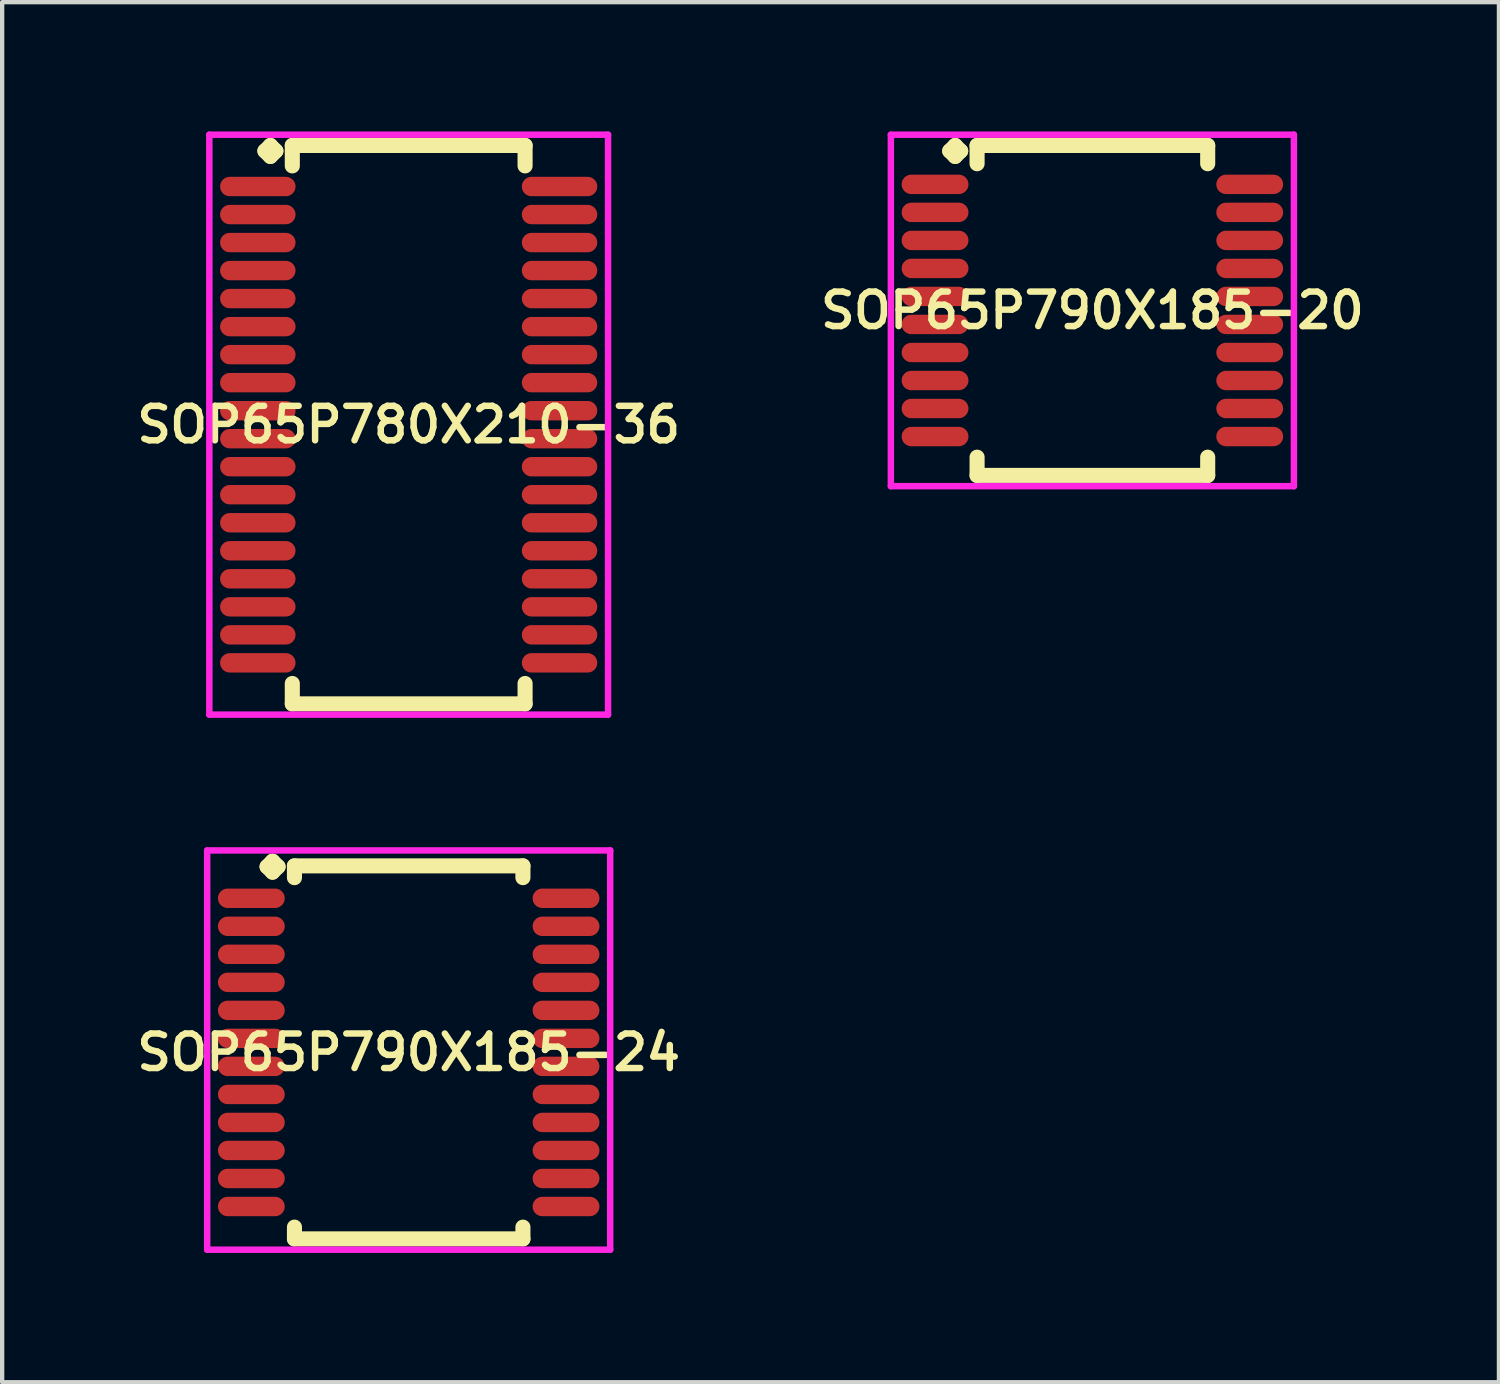
<source format=kicad_pcb>
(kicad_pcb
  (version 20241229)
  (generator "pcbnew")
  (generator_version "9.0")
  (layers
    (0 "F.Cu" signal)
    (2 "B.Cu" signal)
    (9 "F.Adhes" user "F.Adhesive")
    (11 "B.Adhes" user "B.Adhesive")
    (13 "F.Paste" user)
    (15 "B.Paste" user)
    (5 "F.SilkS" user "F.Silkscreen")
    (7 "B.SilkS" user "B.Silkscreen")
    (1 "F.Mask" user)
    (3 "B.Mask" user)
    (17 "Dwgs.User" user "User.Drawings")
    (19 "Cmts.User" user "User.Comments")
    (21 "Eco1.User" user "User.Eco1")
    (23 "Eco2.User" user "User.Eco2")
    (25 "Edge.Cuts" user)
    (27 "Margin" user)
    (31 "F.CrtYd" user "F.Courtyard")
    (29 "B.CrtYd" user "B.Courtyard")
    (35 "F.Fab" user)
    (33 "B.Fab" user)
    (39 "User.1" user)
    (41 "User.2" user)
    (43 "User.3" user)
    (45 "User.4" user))
  (footprint "SOP65P790X185-24"
    (layer "F.Cu")
    (at 6.431 21.364)
    (property "Reference" "SOP65P790X185-24" (at 0 0 0) (layer "F.SilkS") (effects (font (size 0.8 0.8) (thickness 0.15))))
    (attr smd)
    (fp_line (start -3.285 -4.308) (end -3.158 -4.435) (stroke (width 0.35) (type solid)) (layer "F.SilkS"))
    (fp_line (start -3.158 -4.435) (end -3.031 -4.308) (stroke (width 0.35) (type solid)) (layer "F.SilkS"))
    (fp_line (start -3.158 -4.181) (end -3.285 -4.308) (stroke (width 0.35) (type solid)) (layer "F.SilkS"))
    (fp_line (start -3.031 -4.308) (end -3.158 -4.181) (stroke (width 0.35) (type solid)) (layer "F.SilkS"))
    (fp_line (start -2.65 -4.327) (end 2.65 -4.327) (stroke (width 0.35) (type solid)) (layer "F.SilkS"))
    (fp_line (start -2.65 -4.054) (end -2.65 -4.327) (stroke (width 0.35) (type solid)) (layer "F.SilkS"))
    (fp_line (start -2.65 4.054) (end -2.65 4.327) (stroke (width 0.35) (type solid)) (layer "F.SilkS"))
    (fp_line (start -2.65 4.327) (end 2.65 4.327) (stroke (width 0.35) (type solid)) (layer "F.SilkS"))
    (fp_line (start 2.65 -4.327) (end 2.65 -4.054) (stroke (width 0.35) (type solid)) (layer "F.SilkS"))
    (fp_line (start 2.65 4.327) (end 2.65 4.054) (stroke (width 0.35) (type solid)) (layer "F.SilkS"))
    (fp_line (start -4.675 -4.685) (end 4.675 -4.685) (stroke (width 0.15) (type solid)) (layer "F.CrtYd"))
    (fp_line (start -4.675 4.577) (end -4.675 -4.685) (stroke (width 0.15) (type solid)) (layer "F.CrtYd"))
    (fp_line (start 4.675 -4.685) (end 4.675 4.577) (stroke (width 0.15) (type solid)) (layer "F.CrtYd"))
    (fp_line (start 4.675 4.577) (end -4.675 4.577) (stroke (width 0.15) (type solid)) (layer "F.CrtYd"))
    (pad "1" smd oval (at -3.65 -3.575) (size 1.55 0.45) (layers "F.Cu" "F.Mask" "F.Paste"))
    (pad "2" smd oval (at -3.65 -2.925) (size 1.55 0.45) (layers "F.Cu" "F.Mask" "F.Paste"))
    (pad "3" smd oval (at -3.65 -2.275) (size 1.55 0.45) (layers "F.Cu" "F.Mask" "F.Paste"))
    (pad "4" smd oval (at -3.65 -1.625) (size 1.55 0.45) (layers "F.Cu" "F.Mask" "F.Paste"))
    (pad "5" smd oval (at -3.65 -0.975) (size 1.55 0.45) (layers "F.Cu" "F.Mask" "F.Paste"))
    (pad "6" smd oval (at -3.65 -0.325) (size 1.55 0.45) (layers "F.Cu" "F.Mask" "F.Paste"))
    (pad "7" smd oval (at -3.65 0.325) (size 1.55 0.45) (layers "F.Cu" "F.Mask" "F.Paste"))
    (pad "8" smd oval (at -3.65 0.975) (size 1.55 0.45) (layers "F.Cu" "F.Mask" "F.Paste"))
    (pad "9" smd oval (at -3.65 1.625) (size 1.55 0.45) (layers "F.Cu" "F.Mask" "F.Paste"))
    (pad "10" smd oval (at -3.65 2.275) (size 1.55 0.45) (layers "F.Cu" "F.Mask" "F.Paste"))
    (pad "11" smd oval (at -3.65 2.925) (size 1.55 0.45) (layers "F.Cu" "F.Mask" "F.Paste"))
    (pad "12" smd oval (at -3.65 3.575) (size 1.55 0.45) (layers "F.Cu" "F.Mask" "F.Paste"))
    (pad "13" smd oval (at 3.65 3.575) (size 1.55 0.45) (layers "F.Cu" "F.Mask" "F.Paste"))
    (pad "14" smd oval (at 3.65 2.925) (size 1.55 0.45) (layers "F.Cu" "F.Mask" "F.Paste"))
    (pad "15" smd oval (at 3.65 2.275) (size 1.55 0.45) (layers "F.Cu" "F.Mask" "F.Paste"))
    (pad "16" smd oval (at 3.65 1.625) (size 1.55 0.45) (layers "F.Cu" "F.Mask" "F.Paste"))
    (pad "17" smd oval (at 3.65 0.975) (size 1.55 0.45) (layers "F.Cu" "F.Mask" "F.Paste"))
    (pad "18" smd oval (at 3.65 0.325) (size 1.55 0.45) (layers "F.Cu" "F.Mask" "F.Paste"))
    (pad "19" smd oval (at 3.65 -0.325) (size 1.55 0.45) (layers "F.Cu" "F.Mask" "F.Paste"))
    (pad "20" smd oval (at 3.65 -0.975) (size 1.55 0.45) (layers "F.Cu" "F.Mask" "F.Paste"))
    (pad "21" smd oval (at 3.65 -1.625) (size 1.55 0.45) (layers "F.Cu" "F.Mask" "F.Paste"))
    (pad "22" smd oval (at 3.65 -2.275) (size 1.55 0.45) (layers "F.Cu" "F.Mask" "F.Paste"))
    (pad "23" smd oval (at 3.65 -2.925) (size 1.55 0.45) (layers "F.Cu" "F.Mask" "F.Paste"))
    (pad "24" smd oval (at 3.65 -3.575) (size 1.55 0.45) (layers "F.Cu" "F.Mask" "F.Paste")))
  (footprint "SOP65P790X185-20"
    (layer "F.Cu")
    (at 22.292 4.152)
    (property "Reference" "SOP65P790X185-20" (at 0 0 0) (layer "F.SilkS") (effects (font (size 0.8 0.8) (thickness 0.15))))
    (attr smd)
    (fp_line (start -3.31 -3.7) (end -3.183 -3.827) (stroke (width 0.35) (type solid)) (layer "F.SilkS"))
    (fp_line (start -3.183 -3.827) (end -3.056 -3.7) (stroke (width 0.35) (type solid)) (layer "F.SilkS"))
    (fp_line (start -3.183 -3.573) (end -3.31 -3.7) (stroke (width 0.35) (type solid)) (layer "F.SilkS"))
    (fp_line (start -3.056 -3.7) (end -3.183 -3.573) (stroke (width 0.35) (type solid)) (layer "F.SilkS"))
    (fp_line (start -2.675 -3.827) (end 2.675 -3.827) (stroke (width 0.35) (type solid)) (layer "F.SilkS"))
    (fp_line (start -2.675 -3.404) (end -2.675 -3.827) (stroke (width 0.35) (type solid)) (layer "F.SilkS"))
    (fp_line (start -2.675 3.404) (end -2.675 3.827) (stroke (width 0.35) (type solid)) (layer "F.SilkS"))
    (fp_line (start -2.675 3.827) (end 2.675 3.827) (stroke (width 0.35) (type solid)) (layer "F.SilkS"))
    (fp_line (start 2.675 -3.827) (end 2.675 -3.404) (stroke (width 0.35) (type solid)) (layer "F.SilkS"))
    (fp_line (start 2.675 3.827) (end 2.675 3.404) (stroke (width 0.35) (type solid)) (layer "F.SilkS"))
    (fp_line (start -4.675 -4.077) (end 4.675 -4.077) (stroke (width 0.15) (type solid)) (layer "F.CrtYd"))
    (fp_line (start -4.675 4.077) (end -4.675 -4.077) (stroke (width 0.15) (type solid)) (layer "F.CrtYd"))
    (fp_line (start 4.675 -4.077) (end 4.675 4.077) (stroke (width 0.15) (type solid)) (layer "F.CrtYd"))
    (fp_line (start 4.675 4.077) (end -4.675 4.077) (stroke (width 0.15) (type solid)) (layer "F.CrtYd"))
    (pad "1" smd oval (at -3.65 -2.925) (size 1.55 0.45) (layers "F.Cu" "F.Mask" "F.Paste"))
    (pad "2" smd oval (at -3.65 -2.275) (size 1.55 0.45) (layers "F.Cu" "F.Mask" "F.Paste"))
    (pad "3" smd oval (at -3.65 -1.625) (size 1.55 0.45) (layers "F.Cu" "F.Mask" "F.Paste"))
    (pad "4" smd oval (at -3.65 -0.975) (size 1.55 0.45) (layers "F.Cu" "F.Mask" "F.Paste"))
    (pad "5" smd oval (at -3.65 -0.325) (size 1.55 0.45) (layers "F.Cu" "F.Mask" "F.Paste"))
    (pad "6" smd oval (at -3.65 0.325) (size 1.55 0.45) (layers "F.Cu" "F.Mask" "F.Paste"))
    (pad "7" smd oval (at -3.65 0.975) (size 1.55 0.45) (layers "F.Cu" "F.Mask" "F.Paste"))
    (pad "8" smd oval (at -3.65 1.625) (size 1.55 0.45) (layers "F.Cu" "F.Mask" "F.Paste"))
    (pad "9" smd oval (at -3.65 2.275) (size 1.55 0.45) (layers "F.Cu" "F.Mask" "F.Paste"))
    (pad "10" smd oval (at -3.65 2.925) (size 1.55 0.45) (layers "F.Cu" "F.Mask" "F.Paste"))
    (pad "11" smd oval (at 3.65 2.925) (size 1.55 0.45) (layers "F.Cu" "F.Mask" "F.Paste"))
    (pad "12" smd oval (at 3.65 2.275) (size 1.55 0.45) (layers "F.Cu" "F.Mask" "F.Paste"))
    (pad "13" smd oval (at 3.65 1.625) (size 1.55 0.45) (layers "F.Cu" "F.Mask" "F.Paste"))
    (pad "14" smd oval (at 3.65 0.975) (size 1.55 0.45) (layers "F.Cu" "F.Mask" "F.Paste"))
    (pad "15" smd oval (at 3.65 0.325) (size 1.55 0.45) (layers "F.Cu" "F.Mask" "F.Paste"))
    (pad "16" smd oval (at 3.65 -0.325) (size 1.55 0.45) (layers "F.Cu" "F.Mask" "F.Paste"))
    (pad "17" smd oval (at 3.65 -0.975) (size 1.55 0.45) (layers "F.Cu" "F.Mask" "F.Paste"))
    (pad "18" smd oval (at 3.65 -1.625) (size 1.55 0.45) (layers "F.Cu" "F.Mask" "F.Paste"))
    (pad "19" smd oval (at 3.65 -2.275) (size 1.55 0.45) (layers "F.Cu" "F.Mask" "F.Paste"))
    (pad "20" smd oval (at 3.65 -2.925) (size 1.55 0.45) (layers "F.Cu" "F.Mask" "F.Paste")))
  (footprint "SOP65P780X210-36"
    (layer "F.Cu")
    (at 6.431 6.802)
    (property "Reference" "SOP65P780X210-36" (at 0 0 0) (layer "F.SilkS") (effects (font (size 0.8 0.8) (thickness 0.15))))
    (attr smd)
    (fp_line (start -3.335 -6.35) (end -3.208 -6.477) (stroke (width 0.35) (type solid)) (layer "F.SilkS"))
    (fp_line (start -3.208 -6.477) (end -3.081 -6.35) (stroke (width 0.35) (type solid)) (layer "F.SilkS"))
    (fp_line (start -3.208 -6.223) (end -3.335 -6.35) (stroke (width 0.35) (type solid)) (layer "F.SilkS"))
    (fp_line (start -3.081 -6.35) (end -3.208 -6.223) (stroke (width 0.35) (type solid)) (layer "F.SilkS"))
    (fp_line (start -2.7 -6.477) (end 2.7 -6.477) (stroke (width 0.35) (type solid)) (layer "F.SilkS"))
    (fp_line (start -2.7 -6.004) (end -2.7 -6.477) (stroke (width 0.35) (type solid)) (layer "F.SilkS"))
    (fp_line (start -2.7 6.004) (end -2.7 6.477) (stroke (width 0.35) (type solid)) (layer "F.SilkS"))
    (fp_line (start -2.7 6.477) (end 2.7 6.477) (stroke (width 0.35) (type solid)) (layer "F.SilkS"))
    (fp_line (start 2.7 -6.477) (end 2.7 -6.004) (stroke (width 0.35) (type solid)) (layer "F.SilkS"))
    (fp_line (start 2.7 6.477) (end 2.7 6.004) (stroke (width 0.35) (type solid)) (layer "F.SilkS"))
    (fp_line (start -4.625 -6.727) (end 4.625 -6.727) (stroke (width 0.15) (type solid)) (layer "F.CrtYd"))
    (fp_line (start -4.625 6.727) (end -4.625 -6.727) (stroke (width 0.15) (type solid)) (layer "F.CrtYd"))
    (fp_line (start 4.625 -6.727) (end 4.625 6.727) (stroke (width 0.15) (type solid)) (layer "F.CrtYd"))
    (fp_line (start 4.625 6.727) (end -4.625 6.727) (stroke (width 0.15) (type solid)) (layer "F.CrtYd"))
    (pad "1" smd oval (at -3.5 -5.525) (size 1.75 0.45) (layers "F.Cu" "F.Mask" "F.Paste"))
    (pad "2" smd oval (at -3.5 -4.875) (size 1.75 0.45) (layers "F.Cu" "F.Mask" "F.Paste"))
    (pad "3" smd oval (at -3.5 -4.225) (size 1.75 0.45) (layers "F.Cu" "F.Mask" "F.Paste"))
    (pad "4" smd oval (at -3.5 -3.575) (size 1.75 0.45) (layers "F.Cu" "F.Mask" "F.Paste"))
    (pad "5" smd oval (at -3.5 -2.925) (size 1.75 0.45) (layers "F.Cu" "F.Mask" "F.Paste"))
    (pad "6" smd oval (at -3.5 -2.275) (size 1.75 0.45) (layers "F.Cu" "F.Mask" "F.Paste"))
    (pad "7" smd oval (at -3.5 -1.625) (size 1.75 0.45) (layers "F.Cu" "F.Mask" "F.Paste"))
    (pad "8" smd oval (at -3.5 -0.975) (size 1.75 0.45) (layers "F.Cu" "F.Mask" "F.Paste"))
    (pad "9" smd oval (at -3.5 -0.325) (size 1.75 0.45) (layers "F.Cu" "F.Mask" "F.Paste"))
    (pad "10" smd oval (at -3.5 0.325) (size 1.75 0.45) (layers "F.Cu" "F.Mask" "F.Paste"))
    (pad "11" smd oval (at -3.5 0.975) (size 1.75 0.45) (layers "F.Cu" "F.Mask" "F.Paste"))
    (pad "12" smd oval (at -3.5 1.625) (size 1.75 0.45) (layers "F.Cu" "F.Mask" "F.Paste"))
    (pad "13" smd oval (at -3.5 2.275) (size 1.75 0.45) (layers "F.Cu" "F.Mask" "F.Paste"))
    (pad "14" smd oval (at -3.5 2.925) (size 1.75 0.45) (layers "F.Cu" "F.Mask" "F.Paste"))
    (pad "15" smd oval (at -3.5 3.575) (size 1.75 0.45) (layers "F.Cu" "F.Mask" "F.Paste"))
    (pad "16" smd oval (at -3.5 4.225) (size 1.75 0.45) (layers "F.Cu" "F.Mask" "F.Paste"))
    (pad "17" smd oval (at -3.5 4.875) (size 1.75 0.45) (layers "F.Cu" "F.Mask" "F.Paste"))
    (pad "18" smd oval (at -3.5 5.525) (size 1.75 0.45) (layers "F.Cu" "F.Mask" "F.Paste"))
    (pad "19" smd oval (at 3.5 5.525) (size 1.75 0.45) (layers "F.Cu" "F.Mask" "F.Paste"))
    (pad "20" smd oval (at 3.5 4.875) (size 1.75 0.45) (layers "F.Cu" "F.Mask" "F.Paste"))
    (pad "21" smd oval (at 3.5 4.225) (size 1.75 0.45) (layers "F.Cu" "F.Mask" "F.Paste"))
    (pad "22" smd oval (at 3.5 3.575) (size 1.75 0.45) (layers "F.Cu" "F.Mask" "F.Paste"))
    (pad "23" smd oval (at 3.5 2.925) (size 1.75 0.45) (layers "F.Cu" "F.Mask" "F.Paste"))
    (pad "24" smd oval (at 3.5 2.275) (size 1.75 0.45) (layers "F.Cu" "F.Mask" "F.Paste"))
    (pad "25" smd oval (at 3.5 1.625) (size 1.75 0.45) (layers "F.Cu" "F.Mask" "F.Paste"))
    (pad "26" smd oval (at 3.5 0.975) (size 1.75 0.45) (layers "F.Cu" "F.Mask" "F.Paste"))
    (pad "27" smd oval (at 3.5 0.325) (size 1.75 0.45) (layers "F.Cu" "F.Mask" "F.Paste"))
    (pad "28" smd oval (at 3.5 -0.325) (size 1.75 0.45) (layers "F.Cu" "F.Mask" "F.Paste"))
    (pad "29" smd oval (at 3.5 -0.975) (size 1.75 0.45) (layers "F.Cu" "F.Mask" "F.Paste"))
    (pad "30" smd oval (at 3.5 -1.625) (size 1.75 0.45) (layers "F.Cu" "F.Mask" "F.Paste"))
    (pad "31" smd oval (at 3.5 -2.275) (size 1.75 0.45) (layers "F.Cu" "F.Mask" "F.Paste"))
    (pad "32" smd oval (at 3.5 -2.925) (size 1.75 0.45) (layers "F.Cu" "F.Mask" "F.Paste"))
    (pad "33" smd oval (at 3.5 -3.575) (size 1.75 0.45) (layers "F.Cu" "F.Mask" "F.Paste"))
    (pad "34" smd oval (at 3.5 -4.225) (size 1.75 0.45) (layers "F.Cu" "F.Mask" "F.Paste"))
    (pad "35" smd oval (at 3.5 -4.875) (size 1.75 0.45) (layers "F.Cu" "F.Mask" "F.Paste"))
    (pad "36" smd oval (at 3.5 -5.525) (size 1.75 0.45) (layers "F.Cu" "F.Mask" "F.Paste")))
  (gr_rect
    (start -3 -3)
    (end 31.723 29.016)
    (stroke (width 0.1) (type default))
    (fill no)
    (layer "Edge.Cuts")))
</source>
